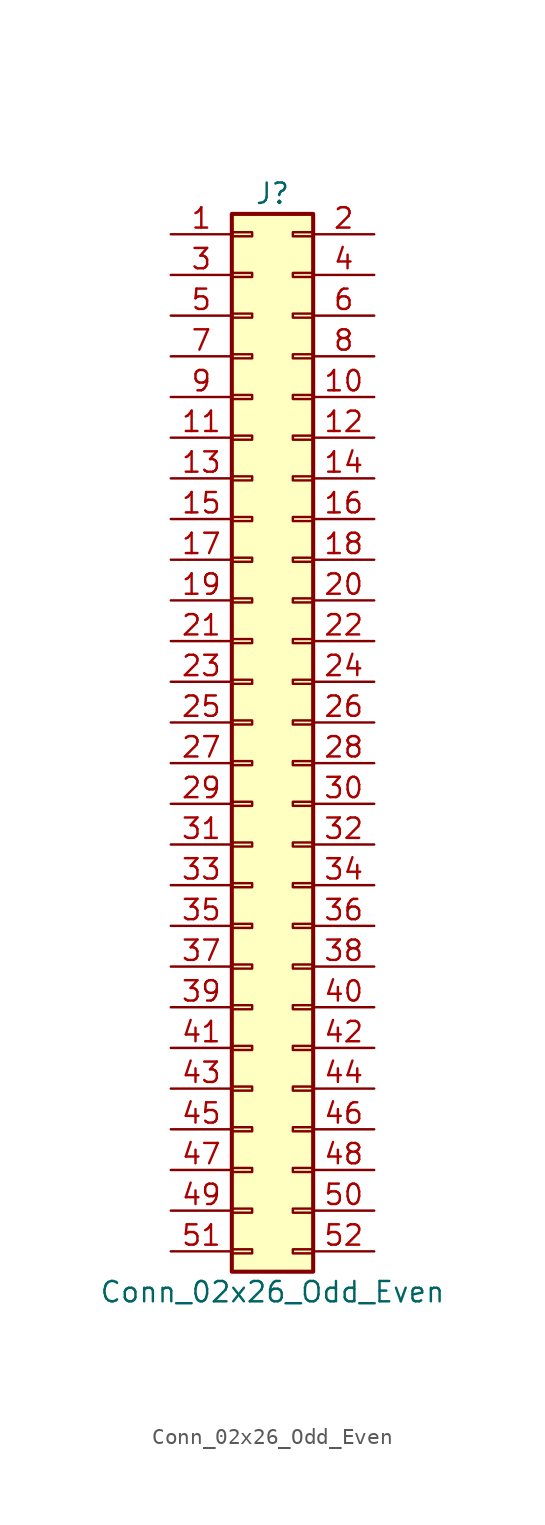
<source format=kicad_sym>
(kicad_symbol_lib
  (version 20201005)
  (generator kicad_symbol_editor)
  (symbol "Connector_Generic:Conn_02x26_Odd_Even"
    (pin_names
      (offset 1.016) hide)
    (property "Reference" "J"
      (at 1.27 33.02 0)
      (effects (font (size 1.27 1.27))))
    (property "Value" "Conn_02x26_Odd_Even"
      (at 1.27 -35.56 0)
      (effects (font (size 1.27 1.27))))
    (symbol "Conn_02x26_Odd_Even_1_1"
      (rectangle (start -1.27 -27.813) (end 0 -28.067) (stroke (width 0.152)) (fill (type none)))
      (rectangle (start -1.27 -30.353) (end 0 -30.607) (stroke (width 0.152)) (fill (type none)))
      (rectangle (start -1.27 -32.893) (end 0 -33.147) (stroke (width 0.152)) (fill (type none)))
      (rectangle (start -1.27 -4.953) (end 0 -5.207) (stroke (width 0.152)) (fill (type none)))
      (rectangle (start -1.27 -7.493) (end 0 -7.747) (stroke (width 0.152)) (fill (type none)))
      (rectangle (start -1.27 -10.033) (end 0 -10.287) (stroke (width 0.152)) (fill (type none)))
      (rectangle (start -1.27 -12.573) (end 0 -12.827) (stroke (width 0.152)) (fill (type none)))
      (rectangle (start -1.27 -15.113) (end 0 -15.367) (stroke (width 0.152)) (fill (type none)))
      (rectangle (start -1.27 -17.653) (end 0 -17.907) (stroke (width 0.152)) (fill (type none)))
      (rectangle (start -1.27 -20.193) (end 0 -20.447) (stroke (width 0.152)) (fill (type none)))
      (rectangle (start -1.27 -22.733) (end 0 -22.987) (stroke (width 0.152)) (fill (type none)))
      (rectangle (start -1.27 -2.413) (end 0 -2.667) (stroke (width 0.152)) (fill (type none)))
      (rectangle (start -1.27 -25.273) (end 0 -25.527) (stroke (width 0.152)) (fill (type none)))
      (rectangle (start -1.27 25.527) (end 0 25.273) (stroke (width 0.152)) (fill (type none)))
      (rectangle (start -1.27 2.667) (end 0 2.413) (stroke (width 0.152)) (fill (type none)))
      (rectangle (start -1.27 28.067) (end 0 27.813) (stroke (width 0.152)) (fill (type none)))
      (rectangle (start -1.27 30.607) (end 0 30.353) (stroke (width 0.152)) (fill (type none)))
      (rectangle (start -1.27 31.75) (end 3.81 -34.29) (stroke (width 0.254)) (fill (type background)))
      (rectangle (start -1.27 5.207) (end 0 4.953) (stroke (width 0.152)) (fill (type none)))
      (rectangle (start -1.27 7.747) (end 0 7.493) (stroke (width 0.152)) (fill (type none)))
      (rectangle (start -1.27 10.287) (end 0 10.033) (stroke (width 0.152)) (fill (type none)))
      (rectangle (start -1.27 0.127) (end 0 -0.127) (stroke (width 0.152)) (fill (type none)))
      (rectangle (start -1.27 12.827) (end 0 12.573) (stroke (width 0.152)) (fill (type none)))
      (rectangle (start -1.27 15.367) (end 0 15.113) (stroke (width 0.152)) (fill (type none)))
      (rectangle (start -1.27 17.907) (end 0 17.653) (stroke (width 0.152)) (fill (type none)))
      (rectangle (start -1.27 20.447) (end 0 20.193) (stroke (width 0.152)) (fill (type none)))
      (rectangle (start -1.27 22.987) (end 0 22.733) (stroke (width 0.152)) (fill (type none)))
      (rectangle (start 3.81 -27.813) (end 2.54 -28.067) (stroke (width 0.152)) (fill (type none)))
      (rectangle (start 3.81 -30.353) (end 2.54 -30.607) (stroke (width 0.152)) (fill (type none)))
      (rectangle (start 3.81 -32.893) (end 2.54 -33.147) (stroke (width 0.152)) (fill (type none)))
      (rectangle (start 3.81 -4.953) (end 2.54 -5.207) (stroke (width 0.152)) (fill (type none)))
      (rectangle (start 3.81 -7.493) (end 2.54 -7.747) (stroke (width 0.152)) (fill (type none)))
      (rectangle (start 3.81 -10.033) (end 2.54 -10.287) (stroke (width 0.152)) (fill (type none)))
      (rectangle (start 3.81 -12.573) (end 2.54 -12.827) (stroke (width 0.152)) (fill (type none)))
      (rectangle (start 3.81 -15.113) (end 2.54 -15.367) (stroke (width 0.152)) (fill (type none)))
      (rectangle (start 3.81 -17.653) (end 2.54 -17.907) (stroke (width 0.152)) (fill (type none)))
      (rectangle (start 3.81 -20.193) (end 2.54 -20.447) (stroke (width 0.152)) (fill (type none)))
      (rectangle (start 3.81 -22.733) (end 2.54 -22.987) (stroke (width 0.152)) (fill (type none)))
      (rectangle (start 3.81 -2.413) (end 2.54 -2.667) (stroke (width 0.152)) (fill (type none)))
      (rectangle (start 3.81 -25.273) (end 2.54 -25.527) (stroke (width 0.152)) (fill (type none)))
      (rectangle (start 3.81 25.527) (end 2.54 25.273) (stroke (width 0.152)) (fill (type none)))
      (rectangle (start 3.81 2.667) (end 2.54 2.413) (stroke (width 0.152)) (fill (type none)))
      (rectangle (start 3.81 28.067) (end 2.54 27.813) (stroke (width 0.152)) (fill (type none)))
      (rectangle (start 3.81 30.607) (end 2.54 30.353) (stroke (width 0.152)) (fill (type none)))
      (rectangle (start 3.81 5.207) (end 2.54 4.953) (stroke (width 0.152)) (fill (type none)))
      (rectangle (start 3.81 7.747) (end 2.54 7.493) (stroke (width 0.152)) (fill (type none)))
      (rectangle (start 3.81 10.287) (end 2.54 10.033) (stroke (width 0.152)) (fill (type none)))
      (rectangle (start 3.81 0.127) (end 2.54 -0.127) (stroke (width 0.152)) (fill (type none)))
      (rectangle (start 3.81 12.827) (end 2.54 12.573) (stroke (width 0.152)) (fill (type none)))
      (rectangle (start 3.81 15.367) (end 2.54 15.113) (stroke (width 0.152)) (fill (type none)))
      (rectangle (start 3.81 17.907) (end 2.54 17.653) (stroke (width 0.152)) (fill (type none)))
      (rectangle (start 3.81 20.447) (end 2.54 20.193) (stroke (width 0.152)) (fill (type none)))
      (rectangle (start 3.81 22.987) (end 2.54 22.733) (stroke (width 0.152)) (fill (type none)))
      (pin passive line (at -5.08 30.48 0) (length 3.81) (name "Pin_1" (effects (font (size 1.27 1.27)))) (number "1" (effects (font (size 1.27 1.27)))))
      (pin passive line (at 7.62 20.32 180) (length 3.81) (name "Pin_10" (effects (font (size 1.27 1.27)))) (number "10" (effects (font (size 1.27 1.27)))))
      (pin passive line (at -5.08 17.78 0) (length 3.81) (name "Pin_11" (effects (font (size 1.27 1.27)))) (number "11" (effects (font (size 1.27 1.27)))))
      (pin passive line (at 7.62 17.78 180) (length 3.81) (name "Pin_12" (effects (font (size 1.27 1.27)))) (number "12" (effects (font (size 1.27 1.27)))))
      (pin passive line (at -5.08 15.24 0) (length 3.81) (name "Pin_13" (effects (font (size 1.27 1.27)))) (number "13" (effects (font (size 1.27 1.27)))))
      (pin passive line (at 7.62 15.24 180) (length 3.81) (name "Pin_14" (effects (font (size 1.27 1.27)))) (number "14" (effects (font (size 1.27 1.27)))))
      (pin passive line (at -5.08 12.7 0) (length 3.81) (name "Pin_15" (effects (font (size 1.27 1.27)))) (number "15" (effects (font (size 1.27 1.27)))))
      (pin passive line (at 7.62 12.7 180) (length 3.81) (name "Pin_16" (effects (font (size 1.27 1.27)))) (number "16" (effects (font (size 1.27 1.27)))))
      (pin passive line (at -5.08 10.16 0) (length 3.81) (name "Pin_17" (effects (font (size 1.27 1.27)))) (number "17" (effects (font (size 1.27 1.27)))))
      (pin passive line (at 7.62 10.16 180) (length 3.81) (name "Pin_18" (effects (font (size 1.27 1.27)))) (number "18" (effects (font (size 1.27 1.27)))))
      (pin passive line (at -5.08 7.62 0) (length 3.81) (name "Pin_19" (effects (font (size 1.27 1.27)))) (number "19" (effects (font (size 1.27 1.27)))))
      (pin passive line (at 7.62 30.48 180) (length 3.81) (name "Pin_2" (effects (font (size 1.27 1.27)))) (number "2" (effects (font (size 1.27 1.27)))))
      (pin passive line (at 7.62 7.62 180) (length 3.81) (name "Pin_20" (effects (font (size 1.27 1.27)))) (number "20" (effects (font (size 1.27 1.27)))))
      (pin passive line (at -5.08 5.08 0) (length 3.81) (name "Pin_21" (effects (font (size 1.27 1.27)))) (number "21" (effects (font (size 1.27 1.27)))))
      (pin passive line (at 7.62 5.08 180) (length 3.81) (name "Pin_22" (effects (font (size 1.27 1.27)))) (number "22" (effects (font (size 1.27 1.27)))))
      (pin passive line (at -5.08 2.54 0) (length 3.81) (name "Pin_23" (effects (font (size 1.27 1.27)))) (number "23" (effects (font (size 1.27 1.27)))))
      (pin passive line (at 7.62 2.54 180) (length 3.81) (name "Pin_24" (effects (font (size 1.27 1.27)))) (number "24" (effects (font (size 1.27 1.27)))))
      (pin passive line (at -5.08 0 0) (length 3.81) (name "Pin_25" (effects (font (size 1.27 1.27)))) (number "25" (effects (font (size 1.27 1.27)))))
      (pin passive line (at 7.62 0 180) (length 3.81) (name "Pin_26" (effects (font (size 1.27 1.27)))) (number "26" (effects (font (size 1.27 1.27)))))
      (pin passive line (at -5.08 -2.54 0) (length 3.81) (name "Pin_27" (effects (font (size 1.27 1.27)))) (number "27" (effects (font (size 1.27 1.27)))))
      (pin passive line (at 7.62 -2.54 180) (length 3.81) (name "Pin_28" (effects (font (size 1.27 1.27)))) (number "28" (effects (font (size 1.27 1.27)))))
      (pin passive line (at -5.08 -5.08 0) (length 3.81) (name "Pin_29" (effects (font (size 1.27 1.27)))) (number "29" (effects (font (size 1.27 1.27)))))
      (pin passive line (at -5.08 27.94 0) (length 3.81) (name "Pin_3" (effects (font (size 1.27 1.27)))) (number "3" (effects (font (size 1.27 1.27)))))
      (pin passive line (at 7.62 -5.08 180) (length 3.81) (name "Pin_30" (effects (font (size 1.27 1.27)))) (number "30" (effects (font (size 1.27 1.27)))))
      (pin passive line (at -5.08 -7.62 0) (length 3.81) (name "Pin_31" (effects (font (size 1.27 1.27)))) (number "31" (effects (font (size 1.27 1.27)))))
      (pin passive line (at 7.62 -7.62 180) (length 3.81) (name "Pin_32" (effects (font (size 1.27 1.27)))) (number "32" (effects (font (size 1.27 1.27)))))
      (pin passive line (at -5.08 -10.16 0) (length 3.81) (name "Pin_33" (effects (font (size 1.27 1.27)))) (number "33" (effects (font (size 1.27 1.27)))))
      (pin passive line (at 7.62 -10.16 180) (length 3.81) (name "Pin_34" (effects (font (size 1.27 1.27)))) (number "34" (effects (font (size 1.27 1.27)))))
      (pin passive line (at -5.08 -12.7 0) (length 3.81) (name "Pin_35" (effects (font (size 1.27 1.27)))) (number "35" (effects (font (size 1.27 1.27)))))
      (pin passive line (at 7.62 -12.7 180) (length 3.81) (name "Pin_36" (effects (font (size 1.27 1.27)))) (number "36" (effects (font (size 1.27 1.27)))))
      (pin passive line (at -5.08 -15.24 0) (length 3.81) (name "Pin_37" (effects (font (size 1.27 1.27)))) (number "37" (effects (font (size 1.27 1.27)))))
      (pin passive line (at 7.62 -15.24 180) (length 3.81) (name "Pin_38" (effects (font (size 1.27 1.27)))) (number "38" (effects (font (size 1.27 1.27)))))
      (pin passive line (at -5.08 -17.78 0) (length 3.81) (name "Pin_39" (effects (font (size 1.27 1.27)))) (number "39" (effects (font (size 1.27 1.27)))))
      (pin passive line (at 7.62 27.94 180) (length 3.81) (name "Pin_4" (effects (font (size 1.27 1.27)))) (number "4" (effects (font (size 1.27 1.27)))))
      (pin passive line (at 7.62 -17.78 180) (length 3.81) (name "Pin_40" (effects (font (size 1.27 1.27)))) (number "40" (effects (font (size 1.27 1.27)))))
      (pin passive line (at -5.08 -20.32 0) (length 3.81) (name "Pin_41" (effects (font (size 1.27 1.27)))) (number "41" (effects (font (size 1.27 1.27)))))
      (pin passive line (at 7.62 -20.32 180) (length 3.81) (name "Pin_42" (effects (font (size 1.27 1.27)))) (number "42" (effects (font (size 1.27 1.27)))))
      (pin passive line (at -5.08 -22.86 0) (length 3.81) (name "Pin_43" (effects (font (size 1.27 1.27)))) (number "43" (effects (font (size 1.27 1.27)))))
      (pin passive line (at 7.62 -22.86 180) (length 3.81) (name "Pin_44" (effects (font (size 1.27 1.27)))) (number "44" (effects (font (size 1.27 1.27)))))
      (pin passive line (at -5.08 -25.4 0) (length 3.81) (name "Pin_45" (effects (font (size 1.27 1.27)))) (number "45" (effects (font (size 1.27 1.27)))))
      (pin passive line (at 7.62 -25.4 180) (length 3.81) (name "Pin_46" (effects (font (size 1.27 1.27)))) (number "46" (effects (font (size 1.27 1.27)))))
      (pin passive line (at -5.08 -27.94 0) (length 3.81) (name "Pin_47" (effects (font (size 1.27 1.27)))) (number "47" (effects (font (size 1.27 1.27)))))
      (pin passive line (at 7.62 -27.94 180) (length 3.81) (name "Pin_48" (effects (font (size 1.27 1.27)))) (number "48" (effects (font (size 1.27 1.27)))))
      (pin passive line (at -5.08 -30.48 0) (length 3.81) (name "Pin_49" (effects (font (size 1.27 1.27)))) (number "49" (effects (font (size 1.27 1.27)))))
      (pin passive line (at -5.08 25.4 0) (length 3.81) (name "Pin_5" (effects (font (size 1.27 1.27)))) (number "5" (effects (font (size 1.27 1.27)))))
      (pin passive line (at 7.62 -30.48 180) (length 3.81) (name "Pin_50" (effects (font (size 1.27 1.27)))) (number "50" (effects (font (size 1.27 1.27)))))
      (pin passive line (at -5.08 -33.02 0) (length 3.81) (name "Pin_51" (effects (font (size 1.27 1.27)))) (number "51" (effects (font (size 1.27 1.27)))))
      (pin passive line (at 7.62 -33.02 180) (length 3.81) (name "Pin_52" (effects (font (size 1.27 1.27)))) (number "52" (effects (font (size 1.27 1.27)))))
      (pin passive line (at 7.62 25.4 180) (length 3.81) (name "Pin_6" (effects (font (size 1.27 1.27)))) (number "6" (effects (font (size 1.27 1.27)))))
      (pin passive line (at -5.08 22.86 0) (length 3.81) (name "Pin_7" (effects (font (size 1.27 1.27)))) (number "7" (effects (font (size 1.27 1.27)))))
      (pin passive line (at 7.62 22.86 180) (length 3.81) (name "Pin_8" (effects (font (size 1.27 1.27)))) (number "8" (effects (font (size 1.27 1.27)))))
      (pin passive line (at -5.08 20.32 0) (length 3.81) (name "Pin_9" (effects (font (size 1.27 1.27)))) (number "9" (effects (font (size 1.27 1.27))))))))
</source>
